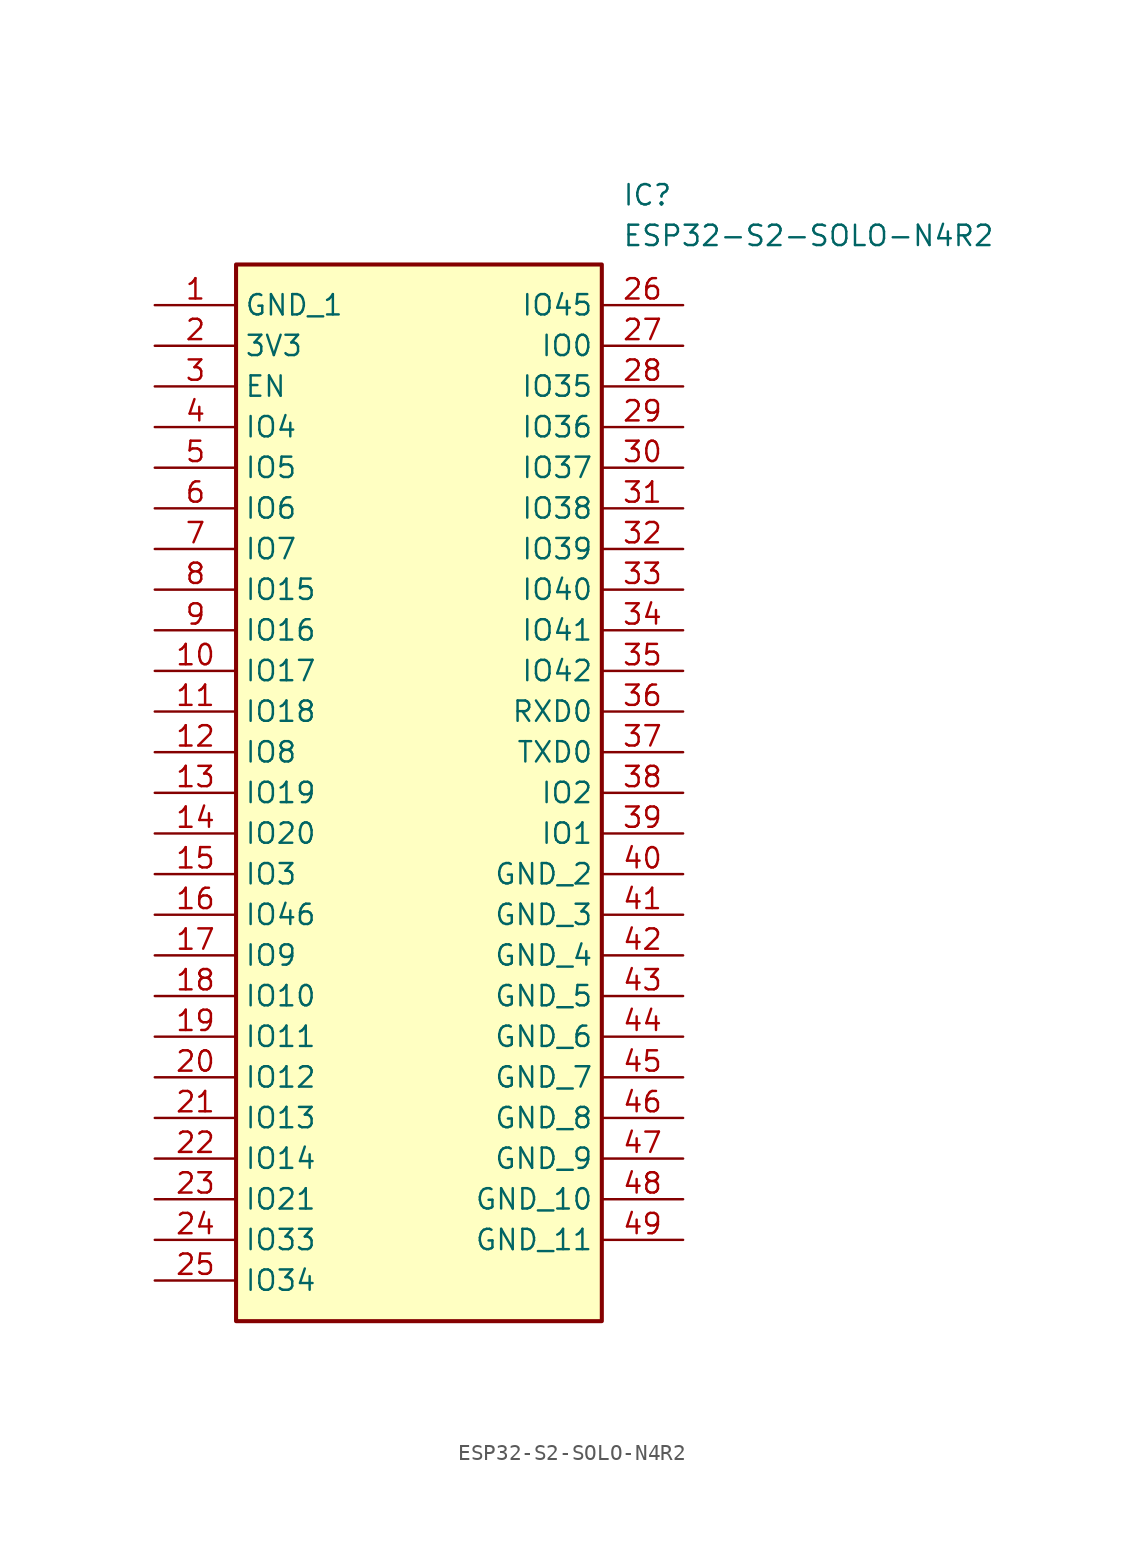
<source format=kicad_sym>
(kicad_symbol_lib
  (version 20211014)
  (generator SamacSys_ECAD_Model)
  (symbol "ESP32-S2-SOLO-N4R2"
    (property "Reference" "IC"
      (at 29.21 7.62 0)
      (effects (font (size 1.27 1.27)) (justify left top)))
    (property "Value" "ESP32-S2-SOLO-N4R2"
      (at 29.21 5.08 0)
      (effects (font (size 1.27 1.27)) (justify left top)))
    (rectangle
      (start 5.08 2.54)
      (end 27.94 -63.5)
      (stroke (width 0.254) (type default))
      (fill (type background)))
    (pin passive line
      (at 0 0 0)
      (length 5.08)
      (name "GND_1" (effects (font (size 1.27 1.27))))
      (number "1" (effects (font (size 1.27 1.27)))))
    (pin passive line
      (at 0 -2.54 0)
      (length 5.08)
      (name "3V3" (effects (font (size 1.27 1.27))))
      (number "2" (effects (font (size 1.27 1.27)))))
    (pin passive line
      (at 0 -5.08 0)
      (length 5.08)
      (name "EN" (effects (font (size 1.27 1.27))))
      (number "3" (effects (font (size 1.27 1.27)))))
    (pin passive line
      (at 0 -7.62 0)
      (length 5.08)
      (name "IO4" (effects (font (size 1.27 1.27))))
      (number "4" (effects (font (size 1.27 1.27)))))
    (pin passive line
      (at 0 -10.16 0)
      (length 5.08)
      (name "IO5" (effects (font (size 1.27 1.27))))
      (number "5" (effects (font (size 1.27 1.27)))))
    (pin passive line
      (at 0 -12.7 0)
      (length 5.08)
      (name "IO6" (effects (font (size 1.27 1.27))))
      (number "6" (effects (font (size 1.27 1.27)))))
    (pin passive line
      (at 0 -15.24 0)
      (length 5.08)
      (name "IO7" (effects (font (size 1.27 1.27))))
      (number "7" (effects (font (size 1.27 1.27)))))
    (pin passive line
      (at 0 -17.78 0)
      (length 5.08)
      (name "IO15" (effects (font (size 1.27 1.27))))
      (number "8" (effects (font (size 1.27 1.27)))))
    (pin passive line
      (at 0 -20.32 0)
      (length 5.08)
      (name "IO16" (effects (font (size 1.27 1.27))))
      (number "9" (effects (font (size 1.27 1.27)))))
    (pin passive line
      (at 0 -22.86 0)
      (length 5.08)
      (name "IO17" (effects (font (size 1.27 1.27))))
      (number "10" (effects (font (size 1.27 1.27)))))
    (pin passive line
      (at 0 -25.4 0)
      (length 5.08)
      (name "IO18" (effects (font (size 1.27 1.27))))
      (number "11" (effects (font (size 1.27 1.27)))))
    (pin passive line
      (at 0 -27.94 0)
      (length 5.08)
      (name "IO8" (effects (font (size 1.27 1.27))))
      (number "12" (effects (font (size 1.27 1.27)))))
    (pin passive line
      (at 0 -30.48 0)
      (length 5.08)
      (name "IO19" (effects (font (size 1.27 1.27))))
      (number "13" (effects (font (size 1.27 1.27)))))
    (pin passive line
      (at 0 -33.02 0)
      (length 5.08)
      (name "IO20" (effects (font (size 1.27 1.27))))
      (number "14" (effects (font (size 1.27 1.27)))))
    (pin passive line
      (at 0 -35.56 0)
      (length 5.08)
      (name "IO3" (effects (font (size 1.27 1.27))))
      (number "15" (effects (font (size 1.27 1.27)))))
    (pin passive line
      (at 0 -38.1 0)
      (length 5.08)
      (name "IO46" (effects (font (size 1.27 1.27))))
      (number "16" (effects (font (size 1.27 1.27)))))
    (pin passive line
      (at 0 -40.64 0)
      (length 5.08)
      (name "IO9" (effects (font (size 1.27 1.27))))
      (number "17" (effects (font (size 1.27 1.27)))))
    (pin passive line
      (at 0 -43.18 0)
      (length 5.08)
      (name "IO10" (effects (font (size 1.27 1.27))))
      (number "18" (effects (font (size 1.27 1.27)))))
    (pin passive line
      (at 0 -45.72 0)
      (length 5.08)
      (name "IO11" (effects (font (size 1.27 1.27))))
      (number "19" (effects (font (size 1.27 1.27)))))
    (pin passive line
      (at 0 -48.26 0)
      (length 5.08)
      (name "IO12" (effects (font (size 1.27 1.27))))
      (number "20" (effects (font (size 1.27 1.27)))))
    (pin passive line
      (at 0 -50.8 0)
      (length 5.08)
      (name "IO13" (effects (font (size 1.27 1.27))))
      (number "21" (effects (font (size 1.27 1.27)))))
    (pin passive line
      (at 0 -53.34 0)
      (length 5.08)
      (name "IO14" (effects (font (size 1.27 1.27))))
      (number "22" (effects (font (size 1.27 1.27)))))
    (pin passive line
      (at 0 -55.88 0)
      (length 5.08)
      (name "IO21" (effects (font (size 1.27 1.27))))
      (number "23" (effects (font (size 1.27 1.27)))))
    (pin passive line
      (at 0 -58.42 0)
      (length 5.08)
      (name "IO33" (effects (font (size 1.27 1.27))))
      (number "24" (effects (font (size 1.27 1.27)))))
    (pin passive line
      (at 0 -60.96 0)
      (length 5.08)
      (name "IO34" (effects (font (size 1.27 1.27))))
      (number "25" (effects (font (size 1.27 1.27)))))
    (pin passive line
      (at 33.02 0 180)
      (length 5.08)
      (name "IO45" (effects (font (size 1.27 1.27))))
      (number "26" (effects (font (size 1.27 1.27)))))
    (pin passive line
      (at 33.02 -2.54 180)
      (length 5.08)
      (name "IO0" (effects (font (size 1.27 1.27))))
      (number "27" (effects (font (size 1.27 1.27)))))
    (pin passive line
      (at 33.02 -5.08 180)
      (length 5.08)
      (name "IO35" (effects (font (size 1.27 1.27))))
      (number "28" (effects (font (size 1.27 1.27)))))
    (pin passive line
      (at 33.02 -7.62 180)
      (length 5.08)
      (name "IO36" (effects (font (size 1.27 1.27))))
      (number "29" (effects (font (size 1.27 1.27)))))
    (pin passive line
      (at 33.02 -10.16 180)
      (length 5.08)
      (name "IO37" (effects (font (size 1.27 1.27))))
      (number "30" (effects (font (size 1.27 1.27)))))
    (pin passive line
      (at 33.02 -12.7 180)
      (length 5.08)
      (name "IO38" (effects (font (size 1.27 1.27))))
      (number "31" (effects (font (size 1.27 1.27)))))
    (pin passive line
      (at 33.02 -15.24 180)
      (length 5.08)
      (name "IO39" (effects (font (size 1.27 1.27))))
      (number "32" (effects (font (size 1.27 1.27)))))
    (pin passive line
      (at 33.02 -17.78 180)
      (length 5.08)
      (name "IO40" (effects (font (size 1.27 1.27))))
      (number "33" (effects (font (size 1.27 1.27)))))
    (pin passive line
      (at 33.02 -20.32 180)
      (length 5.08)
      (name "IO41" (effects (font (size 1.27 1.27))))
      (number "34" (effects (font (size 1.27 1.27)))))
    (pin passive line
      (at 33.02 -22.86 180)
      (length 5.08)
      (name "IO42" (effects (font (size 1.27 1.27))))
      (number "35" (effects (font (size 1.27 1.27)))))
    (pin passive line
      (at 33.02 -25.4 180)
      (length 5.08)
      (name "RXD0" (effects (font (size 1.27 1.27))))
      (number "36" (effects (font (size 1.27 1.27)))))
    (pin passive line
      (at 33.02 -27.94 180)
      (length 5.08)
      (name "TXD0" (effects (font (size 1.27 1.27))))
      (number "37" (effects (font (size 1.27 1.27)))))
    (pin passive line
      (at 33.02 -30.48 180)
      (length 5.08)
      (name "IO2" (effects (font (size 1.27 1.27))))
      (number "38" (effects (font (size 1.27 1.27)))))
    (pin passive line
      (at 33.02 -33.02 180)
      (length 5.08)
      (name "IO1" (effects (font (size 1.27 1.27))))
      (number "39" (effects (font (size 1.27 1.27)))))
    (pin passive line
      (at 33.02 -35.56 180)
      (length 5.08)
      (name "GND_2" (effects (font (size 1.27 1.27))))
      (number "40" (effects (font (size 1.27 1.27)))))
    (pin passive line
      (at 33.02 -38.1 180)
      (length 5.08)
      (name "GND_3" (effects (font (size 1.27 1.27))))
      (number "41" (effects (font (size 1.27 1.27)))))
    (pin passive line
      (at 33.02 -40.64 180)
      (length 5.08)
      (name "GND_4" (effects (font (size 1.27 1.27))))
      (number "42" (effects (font (size 1.27 1.27)))))
    (pin passive line
      (at 33.02 -43.18 180)
      (length 5.08)
      (name "GND_5" (effects (font (size 1.27 1.27))))
      (number "43" (effects (font (size 1.27 1.27)))))
    (pin passive line
      (at 33.02 -45.72 180)
      (length 5.08)
      (name "GND_6" (effects (font (size 1.27 1.27))))
      (number "44" (effects (font (size 1.27 1.27)))))
    (pin passive line
      (at 33.02 -48.26 180)
      (length 5.08)
      (name "GND_7" (effects (font (size 1.27 1.27))))
      (number "45" (effects (font (size 1.27 1.27)))))
    (pin passive line
      (at 33.02 -50.8 180)
      (length 5.08)
      (name "GND_8" (effects (font (size 1.27 1.27))))
      (number "46" (effects (font (size 1.27 1.27)))))
    (pin passive line
      (at 33.02 -53.34 180)
      (length 5.08)
      (name "GND_9" (effects (font (size 1.27 1.27))))
      (number "47" (effects (font (size 1.27 1.27)))))
    (pin passive line
      (at 33.02 -55.88 180)
      (length 5.08)
      (name "GND_10" (effects (font (size 1.27 1.27))))
      (number "48" (effects (font (size 1.27 1.27)))))
    (pin passive line
      (at 33.02 -58.42 180)
      (length 5.08)
      (name "GND_11" (effects (font (size 1.27 1.27))))
      (number "49" (effects (font (size 1.27 1.27)))))))
</source>
